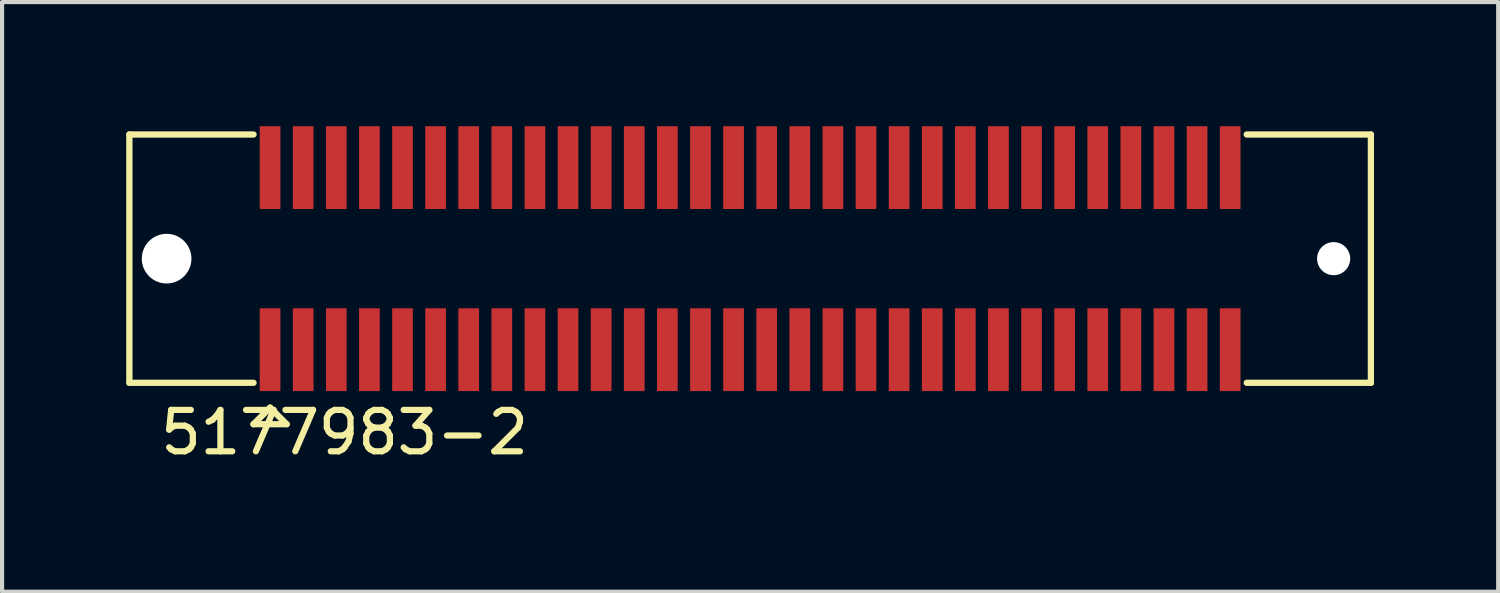
<source format=kicad_pcb>
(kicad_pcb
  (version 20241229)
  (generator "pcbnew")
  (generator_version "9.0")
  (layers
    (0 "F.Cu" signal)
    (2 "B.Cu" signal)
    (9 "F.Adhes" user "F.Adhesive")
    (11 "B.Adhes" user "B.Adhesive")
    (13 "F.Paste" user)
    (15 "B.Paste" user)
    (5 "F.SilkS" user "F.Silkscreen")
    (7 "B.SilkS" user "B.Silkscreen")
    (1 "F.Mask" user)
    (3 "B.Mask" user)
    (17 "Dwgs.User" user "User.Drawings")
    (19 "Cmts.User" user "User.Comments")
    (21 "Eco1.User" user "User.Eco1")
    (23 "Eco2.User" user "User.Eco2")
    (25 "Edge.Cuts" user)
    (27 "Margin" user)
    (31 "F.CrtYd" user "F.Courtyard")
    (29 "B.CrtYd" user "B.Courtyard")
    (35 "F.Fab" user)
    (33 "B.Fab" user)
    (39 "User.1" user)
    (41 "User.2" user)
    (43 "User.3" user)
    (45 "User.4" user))
  (footprint "5177983-2"
    (layer "F.Cu")
    (at 15.076 3.2)
    (property "Reference" "5177983-2" (at -9.8 4.2 0) (layer "F.SilkS") (effects (font (size 1 1) (thickness 0.15))))
    (attr through_hole)
    (fp_line (start -15 -3) (end -15 3) (stroke (width 0.152) (type solid)) (layer "F.SilkS"))
    (fp_line (start -15 -3) (end -12 -3) (stroke (width 0.152) (type solid)) (layer "F.SilkS"))
    (fp_line (start -15 3) (end -12 3) (stroke (width 0.152) (type solid)) (layer "F.SilkS"))
    (fp_line (start -12 4) (end -11.6 3.6) (stroke (width 0.152) (type solid)) (layer "F.SilkS"))
    (fp_line (start -11.6 3.6) (end -11.2 4) (stroke (width 0.152) (type solid)) (layer "F.SilkS"))
    (fp_line (start -11.2 4) (end -12 4) (stroke (width 0.152) (type solid)) (layer "F.SilkS"))
    (fp_line (start 15 -3) (end 12 -3) (stroke (width 0.152) (type solid)) (layer "F.SilkS"))
    (fp_line (start 15 -3) (end 15 3) (stroke (width 0.152) (type solid)) (layer "F.SilkS"))
    (fp_line (start 15 3) (end 12 3) (stroke (width 0.152) (type solid)) (layer "F.SilkS"))
    (pad "" np_thru_hole circle (at -14.1 0) (size 1.2 1.2) (drill 1.2) (layers "*.Cu" "*.Mask"))
    (pad "" np_thru_hole circle (at 14.1 0) (size 0.8 0.8) (drill 0.8) (layers "*.Cu" "*.Mask"))
    (pad "1" smd rect (at -11.6 2.2) (size 0.5 2) (layers "F.Cu" "F.Mask" "F.Paste"))
    (pad "2" smd rect (at -11.6 -2.2) (size 0.5 2) (layers "F.Cu" "F.Mask" "F.Paste"))
    (pad "3" smd rect (at -10.8 2.2) (size 0.5 2) (layers "F.Cu" "F.Mask" "F.Paste"))
    (pad "4" smd rect (at -10.8 -2.2) (size 0.5 2) (layers "F.Cu" "F.Mask" "F.Paste"))
    (pad "5" smd rect (at -10 2.2) (size 0.5 2) (layers "F.Cu" "F.Mask" "F.Paste"))
    (pad "6" smd rect (at -10 -2.2) (size 0.5 2) (layers "F.Cu" "F.Mask" "F.Paste"))
    (pad "7" smd rect (at -9.2 2.2) (size 0.5 2) (layers "F.Cu" "F.Mask" "F.Paste"))
    (pad "8" smd rect (at -9.2 -2.2) (size 0.5 2) (layers "F.Cu" "F.Mask" "F.Paste"))
    (pad "9" smd rect (at -8.4 2.2) (size 0.5 2) (layers "F.Cu" "F.Mask" "F.Paste"))
    (pad "10" smd rect (at -8.4 -2.2) (size 0.5 2) (layers "F.Cu" "F.Mask" "F.Paste"))
    (pad "11" smd rect (at -7.6 2.2) (size 0.5 2) (layers "F.Cu" "F.Mask" "F.Paste"))
    (pad "12" smd rect (at -7.6 -2.2) (size 0.5 2) (layers "F.Cu" "F.Mask" "F.Paste"))
    (pad "13" smd rect (at -6.8 2.2) (size 0.5 2) (layers "F.Cu" "F.Mask" "F.Paste"))
    (pad "14" smd rect (at -6.8 -2.2) (size 0.5 2) (layers "F.Cu" "F.Mask" "F.Paste"))
    (pad "15" smd rect (at -6 2.2) (size 0.5 2) (layers "F.Cu" "F.Mask" "F.Paste"))
    (pad "16" smd rect (at -6 -2.2) (size 0.5 2) (layers "F.Cu" "F.Mask" "F.Paste"))
    (pad "17" smd rect (at -5.2 2.2) (size 0.5 2) (layers "F.Cu" "F.Mask" "F.Paste"))
    (pad "18" smd rect (at -5.2 -2.2) (size 0.5 2) (layers "F.Cu" "F.Mask" "F.Paste"))
    (pad "19" smd rect (at -4.4 2.2) (size 0.5 2) (layers "F.Cu" "F.Mask" "F.Paste"))
    (pad "20" smd rect (at -4.4 -2.2) (size 0.5 2) (layers "F.Cu" "F.Mask" "F.Paste"))
    (pad "21" smd rect (at -3.6 2.2) (size 0.5 2) (layers "F.Cu" "F.Mask" "F.Paste"))
    (pad "22" smd rect (at -3.6 -2.2) (size 0.5 2) (layers "F.Cu" "F.Mask" "F.Paste"))
    (pad "23" smd rect (at -2.8 2.2) (size 0.5 2) (layers "F.Cu" "F.Mask" "F.Paste"))
    (pad "24" smd rect (at -2.8 -2.2) (size 0.5 2) (layers "F.Cu" "F.Mask" "F.Paste"))
    (pad "25" smd rect (at -2 2.2) (size 0.5 2) (layers "F.Cu" "F.Mask" "F.Paste"))
    (pad "26" smd rect (at -2 -2.2) (size 0.5 2) (layers "F.Cu" "F.Mask" "F.Paste"))
    (pad "27" smd rect (at -1.2 2.2) (size 0.5 2) (layers "F.Cu" "F.Mask" "F.Paste"))
    (pad "28" smd rect (at -1.2 -2.2) (size 0.5 2) (layers "F.Cu" "F.Mask" "F.Paste"))
    (pad "29" smd rect (at -0.4 2.2) (size 0.5 2) (layers "F.Cu" "F.Mask" "F.Paste"))
    (pad "30" smd rect (at -0.4 -2.2) (size 0.5 2) (layers "F.Cu" "F.Mask" "F.Paste"))
    (pad "31" smd rect (at 0.4 2.2) (size 0.5 2) (layers "F.Cu" "F.Mask" "F.Paste"))
    (pad "32" smd rect (at 0.4 -2.2) (size 0.5 2) (layers "F.Cu" "F.Mask" "F.Paste"))
    (pad "33" smd rect (at 1.2 2.2) (size 0.5 2) (layers "F.Cu" "F.Mask" "F.Paste"))
    (pad "34" smd rect (at 1.2 -2.2) (size 0.5 2) (layers "F.Cu" "F.Mask" "F.Paste"))
    (pad "35" smd rect (at 2 2.2) (size 0.5 2) (layers "F.Cu" "F.Mask" "F.Paste"))
    (pad "36" smd rect (at 2 -2.2) (size 0.5 2) (layers "F.Cu" "F.Mask" "F.Paste"))
    (pad "37" smd rect (at 2.8 2.2) (size 0.5 2) (layers "F.Cu" "F.Mask" "F.Paste"))
    (pad "38" smd rect (at 2.8 -2.2) (size 0.5 2) (layers "F.Cu" "F.Mask" "F.Paste"))
    (pad "39" smd rect (at 3.6 2.2) (size 0.5 2) (layers "F.Cu" "F.Mask" "F.Paste"))
    (pad "40" smd rect (at 3.6 -2.2) (size 0.5 2) (layers "F.Cu" "F.Mask" "F.Paste"))
    (pad "41" smd rect (at 4.4 2.2) (size 0.5 2) (layers "F.Cu" "F.Mask" "F.Paste"))
    (pad "42" smd rect (at 4.4 -2.2) (size 0.5 2) (layers "F.Cu" "F.Mask" "F.Paste"))
    (pad "43" smd rect (at 5.2 2.2) (size 0.5 2) (layers "F.Cu" "F.Mask" "F.Paste"))
    (pad "44" smd rect (at 5.2 -2.2) (size 0.5 2) (layers "F.Cu" "F.Mask" "F.Paste"))
    (pad "45" smd rect (at 6 2.2) (size 0.5 2) (layers "F.Cu" "F.Mask" "F.Paste"))
    (pad "46" smd rect (at 6 -2.2) (size 0.5 2) (layers "F.Cu" "F.Mask" "F.Paste"))
    (pad "47" smd rect (at 6.8 2.2) (size 0.5 2) (layers "F.Cu" "F.Mask" "F.Paste"))
    (pad "48" smd rect (at 6.8 -2.2) (size 0.5 2) (layers "F.Cu" "F.Mask" "F.Paste"))
    (pad "49" smd rect (at 7.6 2.2) (size 0.5 2) (layers "F.Cu" "F.Mask" "F.Paste"))
    (pad "50" smd rect (at 7.6 -2.2) (size 0.5 2) (layers "F.Cu" "F.Mask" "F.Paste"))
    (pad "51" smd rect (at 8.4 2.2) (size 0.5 2) (layers "F.Cu" "F.Mask" "F.Paste"))
    (pad "52" smd rect (at 8.4 -2.2) (size 0.5 2) (layers "F.Cu" "F.Mask" "F.Paste"))
    (pad "53" smd rect (at 9.2 2.2) (size 0.5 2) (layers "F.Cu" "F.Mask" "F.Paste"))
    (pad "54" smd rect (at 9.2 -2.2) (size 0.5 2) (layers "F.Cu" "F.Mask" "F.Paste"))
    (pad "55" smd rect (at 10 2.2) (size 0.5 2) (layers "F.Cu" "F.Mask" "F.Paste"))
    (pad "56" smd rect (at 10 -2.2) (size 0.5 2) (layers "F.Cu" "F.Mask" "F.Paste"))
    (pad "57" smd rect (at 10.8 2.2) (size 0.5 2) (layers "F.Cu" "F.Mask" "F.Paste"))
    (pad "58" smd rect (at 10.8 -2.2) (size 0.5 2) (layers "F.Cu" "F.Mask" "F.Paste"))
    (pad "59" smd rect (at 11.6 2.2) (size 0.5 2) (layers "F.Cu" "F.Mask" "F.Paste"))
    (pad "60" smd rect (at 11.6 -2.2) (size 0.5 2) (layers "F.Cu" "F.Mask" "F.Paste")))
  (gr_rect
    (start -3 -3)
    (end 33.152 11.248)
    (stroke (width 0.1) (type default))
    (fill no)
    (layer "Edge.Cuts")))
</source>
